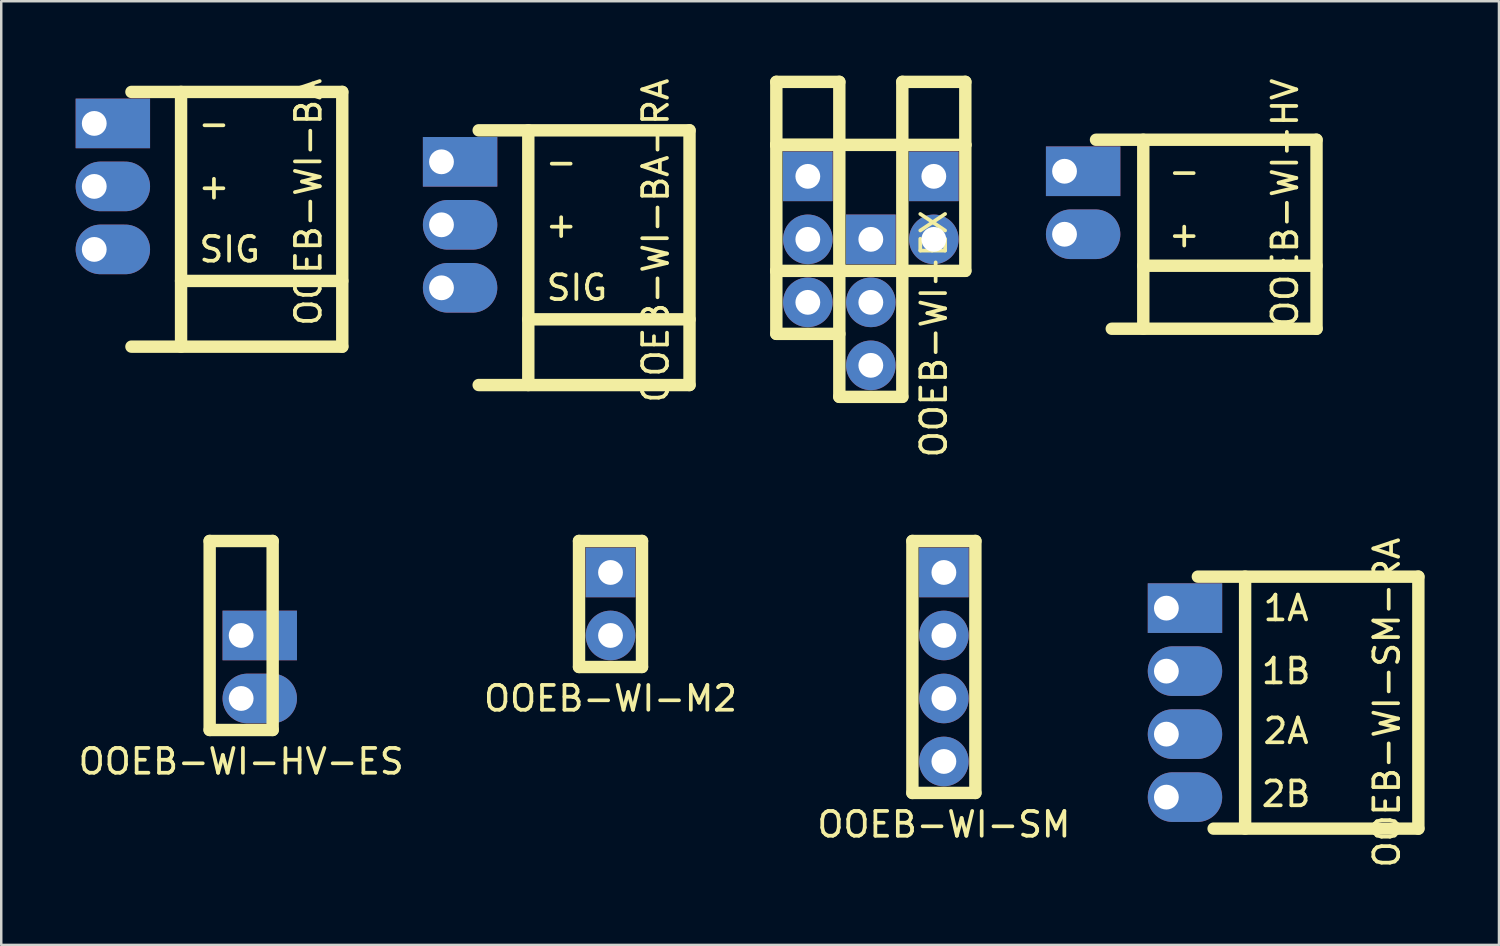
<source format=kicad_pcb>
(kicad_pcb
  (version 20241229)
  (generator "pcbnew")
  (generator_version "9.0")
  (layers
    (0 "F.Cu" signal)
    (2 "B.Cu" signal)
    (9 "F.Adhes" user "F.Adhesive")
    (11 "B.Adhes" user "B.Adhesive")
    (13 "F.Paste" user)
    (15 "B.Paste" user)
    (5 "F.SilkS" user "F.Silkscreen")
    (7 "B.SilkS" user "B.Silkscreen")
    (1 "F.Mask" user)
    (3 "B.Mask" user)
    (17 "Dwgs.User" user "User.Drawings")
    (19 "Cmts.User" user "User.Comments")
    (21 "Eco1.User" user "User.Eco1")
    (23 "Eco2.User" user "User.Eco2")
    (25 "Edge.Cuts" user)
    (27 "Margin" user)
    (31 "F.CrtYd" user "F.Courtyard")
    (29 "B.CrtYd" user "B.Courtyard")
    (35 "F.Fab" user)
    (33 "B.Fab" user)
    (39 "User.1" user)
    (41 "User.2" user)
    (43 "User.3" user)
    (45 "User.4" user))
  (footprint "OOEB-WI-EX"
    (layer "F.Cu")
    (at 29.52 4.06)
    (property "Reference" "OOEB-WI-EX" (at 5.08 6.35 90) (layer "F.SilkS") (effects (font (size 1 1) (thickness 0.15))))
    (attr through_hole)
    (fp_line (start -1.27 -3.81) (end -1.27 -1.27) (stroke (width 0.5) (type solid)) (layer "F.SilkS"))
    (fp_line (start -1.27 -3.81) (end 1.27 -3.81) (stroke (width 0.5) (type solid)) (layer "F.SilkS"))
    (fp_line (start -1.27 -1.27) (end -1.27 3.81) (stroke (width 0.5) (type solid)) (layer "F.SilkS"))
    (fp_line (start -1.27 -1.27) (end 1.27 -1.27) (stroke (width 0.5) (type solid)) (layer "F.SilkS"))
    (fp_line (start -1.27 -1.27) (end 6.35 -1.27) (stroke (width 0.5) (type solid)) (layer "F.SilkS"))
    (fp_line (start -1.27 3.81) (end -1.27 6.35) (stroke (width 0.5) (type solid)) (layer "F.SilkS"))
    (fp_line (start -1.27 6.35) (end 1.27 6.35) (stroke (width 0.5) (type solid)) (layer "F.SilkS"))
    (fp_line (start 1.27 -3.81) (end 1.27 -1.27) (stroke (width 0.5) (type solid)) (layer "F.SilkS"))
    (fp_line (start 1.27 -1.27) (end 1.27 8.89) (stroke (width 0.5) (type solid)) (layer "F.SilkS"))
    (fp_line (start 1.27 8.89) (end 3.81 8.89) (stroke (width 0.5) (type solid)) (layer "F.SilkS"))
    (fp_line (start 3.81 -3.81) (end 6.35 -3.81) (stroke (width 0.5) (type solid)) (layer "F.SilkS"))
    (fp_line (start 3.81 -1.27) (end 3.81 -3.81) (stroke (width 0.5) (type solid)) (layer "F.SilkS"))
    (fp_line (start 3.81 8.89) (end 3.81 -1.27) (stroke (width 0.5) (type solid)) (layer "F.SilkS"))
    (fp_line (start 6.35 -3.81) (end 6.35 -1.27) (stroke (width 0.5) (type solid)) (layer "F.SilkS"))
    (fp_line (start 6.35 -1.27) (end 6.35 3.81) (stroke (width 0.5) (type solid)) (layer "F.SilkS"))
    (fp_line (start 6.35 3.81) (end -1.27 3.81) (stroke (width 0.5) (type solid)) (layer "F.SilkS"))
    (pad "1" thru_hole rect (at 0 0) (size 2 2) (drill 1) (layers "*.Cu" "*.Mask"))
    (pad "2" thru_hole oval (at 0 2.54) (size 2 2) (drill 1) (layers "*.Cu" "*.Mask"))
    (pad "3" thru_hole oval (at 0 5.08) (size 2 2) (drill 1) (layers "*.Cu" "*.Mask"))
    (pad "4" thru_hole rect (at 2.54 2.54) (size 2 2) (drill 1) (layers "*.Cu" "*.Mask"))
    (pad "5" thru_hole oval (at 2.54 5.08) (size 2 2) (drill 1) (layers "*.Cu" "*.Mask"))
    (pad "6" thru_hole oval (at 2.54 7.62) (size 2 2) (drill 1) (layers "*.Cu" "*.Mask"))
    (pad "7" thru_hole rect (at 5.08 0) (size 2 2) (drill 1) (layers "*.Cu" "*.Mask"))
    (pad "8" thru_hole oval (at 5.08 2.54) (size 2 2) (drill 1) (layers "*.Cu" "*.Mask")))
  (footprint "OOEB-WI-BA"
    (layer "F.Cu")
    (at 0.75 1.926)
    (property "Reference" "OOEB-WI-BA" (at 8.636 3.175 90) (layer "F.SilkS") (effects (font (size 1 1) (thickness 0.15))))
    (attr through_hole)
    (fp_line (start 1.5 -1.27) (end 10 -1.27) (stroke (width 0.5) (type solid)) (layer "F.SilkS"))
    (fp_line (start 1.5 9) (end 10 9) (stroke (width 0.5) (type solid)) (layer "F.SilkS"))
    (fp_line (start 3.5 -1.27) (end 3.5 9) (stroke (width 0.5) (type solid)) (layer "F.SilkS"))
    (fp_line (start 3.5 6.35) (end 10 6.35) (stroke (width 0.5) (type solid)) (layer "F.SilkS"))
    (fp_line (start 10 -1.27) (end 10 9) (stroke (width 0.5) (type solid)) (layer "F.SilkS"))
    (fp_text user "SIG" (at 5.461 5.08 0) (layer "F.SilkS") (effects (font (size 1 1) (thickness 0.15))))
    (fp_text user "-" (at 4.826 0 0) (layer "F.SilkS") (effects (font (size 1 1) (thickness 0.15))))
    (fp_text user "+" (at 4.826 2.54 0) (layer "F.SilkS") (effects (font (size 1 1) (thickness 0.15))))
    (pad "1" thru_hole rect (at 0 0) (size 3 2) (drill 1 (offset 0.75 0)) (layers "*.Cu" "*.Mask"))
    (pad "2" thru_hole oval (at 0 2.54) (size 3 2) (drill 1 (offset 0.75 0)) (layers "*.Cu" "*.Mask"))
    (pad "3" thru_hole oval (at 0 5.08) (size 3 2) (drill 1 (offset 0.75 0)) (layers "*.Cu" "*.Mask")))
  (footprint "OOEB-WI-M2"
    (layer "F.Cu")
    (at 21.565 20.031)
    (property "Reference" "OOEB-WI-M2" (at 0 5.08 180) (layer "F.SilkS") (effects (font (size 1 1) (thickness 0.15))))
    (attr through_hole)
    (fp_line (start -1.27 -1.27) (end 1.27 -1.27) (stroke (width 0.5) (type solid)) (layer "F.SilkS"))
    (fp_line (start -1.27 3.81) (end -1.27 -1.27) (stroke (width 0.5) (type solid)) (layer "F.SilkS"))
    (fp_line (start 1.27 -1.27) (end 1.27 3.81) (stroke (width 0.5) (type solid)) (layer "F.SilkS"))
    (fp_line (start 1.27 3.81) (end -1.27 3.81) (stroke (width 0.5) (type solid)) (layer "F.SilkS"))
    (pad "1" thru_hole rect (at 0 0) (size 2 2) (drill 1) (layers "*.Cu" "*.Mask"))
    (pad "2" thru_hole oval (at 0 2.54) (size 2 2) (drill 1) (layers "*.Cu" "*.Mask")))
  (footprint "OOEB-WI-HV-ES"
    (layer "F.Cu")
    (at 6.673 22.571)
    (property "Reference" "OOEB-WI-HV-ES" (at 0 5.08 180) (layer "F.SilkS") (effects (font (size 1 1) (thickness 0.15))))
    (attr through_hole)
    (fp_line (start -1.27 -3.81) (end 1.27 -3.81) (stroke (width 0.5) (type solid)) (layer "F.SilkS"))
    (fp_line (start -1.27 3.81) (end -1.27 -3.81) (stroke (width 0.5) (type solid)) (layer "F.SilkS"))
    (fp_line (start 1.27 -3.81) (end 1.27 3.81) (stroke (width 0.5) (type solid)) (layer "F.SilkS"))
    (fp_line (start 1.27 3.81) (end -1.27 3.81) (stroke (width 0.5) (type solid)) (layer "F.SilkS"))
    (pad "1" thru_hole rect (at 0 0) (size 3 2) (drill 1 (offset 0.75 0)) (layers "*.Cu" "*.Mask"))
    (pad "2" thru_hole oval (at 0 2.54) (size 3 2) (drill 1 (offset 0.75 0)) (layers "*.Cu" "*.Mask")))
  (footprint "OOEB-WI-BA-RA"
    (layer "F.Cu")
    (at 14.75 3.474)
    (property "Reference" "OOEB-WI-BA-RA" (at 8.636 3.175 90) (layer "F.SilkS") (effects (font (size 1 1) (thickness 0.15))))
    (attr through_hole)
    (fp_line (start 1.5 -1.27) (end 10 -1.27) (stroke (width 0.5) (type solid)) (layer "F.SilkS"))
    (fp_line (start 1.5 9) (end 10 9) (stroke (width 0.5) (type solid)) (layer "F.SilkS"))
    (fp_line (start 3.5 -1.27) (end 3.5 9) (stroke (width 0.5) (type solid)) (layer "F.SilkS"))
    (fp_line (start 3.5 6.35) (end 10 6.35) (stroke (width 0.5) (type solid)) (layer "F.SilkS"))
    (fp_line (start 10 -1.27) (end 10 9) (stroke (width 0.5) (type solid)) (layer "F.SilkS"))
    (fp_text user "SIG" (at 5.461 5.08 0) (layer "F.SilkS") (effects (font (size 1 1) (thickness 0.15))))
    (fp_text user "+" (at 4.826 2.54 0) (layer "F.SilkS") (effects (font (size 1 1) (thickness 0.15))))
    (fp_text user "-" (at 4.826 0 0) (layer "F.SilkS") (effects (font (size 1 1) (thickness 0.15))))
    (pad "1" thru_hole rect (at 0 0) (size 3 2) (drill 1 (offset 0.75 0)) (layers "*.Cu" "*.Mask"))
    (pad "2" thru_hole oval (at 0 2.54) (size 3 2) (drill 1 (offset 0.75 0)) (layers "*.Cu" "*.Mask"))
    (pad "3" thru_hole oval (at 0 5.08) (size 3 2) (drill 1 (offset 0.75 0)) (layers "*.Cu" "*.Mask")))
  (footprint "OOEB-WI-SM"
    (layer "F.Cu")
    (at 35.006 20.031)
    (property "Reference" "OOEB-WI-SM" (at 0 10.16 180) (layer "F.SilkS") (effects (font (size 1 1) (thickness 0.15))))
    (attr through_hole)
    (fp_line (start -1.27 -1.27) (end 1.27 -1.27) (stroke (width 0.5) (type solid)) (layer "F.SilkS"))
    (fp_line (start -1.27 8.89) (end -1.27 -1.27) (stroke (width 0.5) (type solid)) (layer "F.SilkS"))
    (fp_line (start 1.27 -1.27) (end 1.27 8.89) (stroke (width 0.5) (type solid)) (layer "F.SilkS"))
    (fp_line (start 1.27 8.89) (end -1.27 8.89) (stroke (width 0.5) (type solid)) (layer "F.SilkS"))
    (pad "1" thru_hole rect (at 0 0) (size 2 2) (drill 1) (layers "*.Cu" "*.Mask"))
    (pad "2" thru_hole oval (at 0 2.54) (size 2 2) (drill 1) (layers "*.Cu" "*.Mask"))
    (pad "3" thru_hole oval (at 0 5.08) (size 2 2) (drill 1) (layers "*.Cu" "*.Mask"))
    (pad "4" thru_hole oval (at 0 7.62) (size 2 2) (drill 1) (layers "*.Cu" "*.Mask")))
  (footprint "OOEB-WI-SM-RA"
    (layer "F.Cu")
    (at 43.976 21.469)
    (property "Reference" "OOEB-WI-SM-RA" (at 8.89 3.81 90) (layer "F.SilkS") (effects (font (size 1 1) (thickness 0.15))))
    (attr through_hole)
    (fp_line (start 1.27 -1.27) (end 10.16 -1.27) (stroke (width 0.5) (type solid)) (layer "F.SilkS"))
    (fp_line (start 3.175 -1.27) (end 3.175 8.89) (stroke (width 0.5) (type solid)) (layer "F.SilkS"))
    (fp_line (start 10.16 -1.27) (end 10.16 8.89) (stroke (width 0.5) (type solid)) (layer "F.SilkS"))
    (fp_line (start 10.16 8.89) (end 1.905 8.89) (stroke (width 0.5) (type solid)) (layer "F.SilkS"))
    (fp_text user "1B" (at 4.826 2.54 0) (layer "F.SilkS") (effects (font (size 1 1) (thickness 0.15))))
    (fp_text user "2A" (at 4.826 4.953 0) (layer "F.SilkS") (effects (font (size 1 1) (thickness 0.15))))
    (fp_text user "1A" (at 4.826 0 0) (layer "F.SilkS") (effects (font (size 1 1) (thickness 0.15))))
    (fp_text user "2B" (at 4.826 7.493 0) (layer "F.SilkS") (effects (font (size 1 1) (thickness 0.15))))
    (pad "1" thru_hole rect (at 0 0) (size 3 2) (drill 1 (offset 0.75 0)) (layers "*.Cu" "*.Mask"))
    (pad "2" thru_hole oval (at 0 2.54) (size 3 2) (drill 1 (offset 0.75 0)) (layers "*.Cu" "*.Mask"))
    (pad "3" thru_hole oval (at 0 5.08) (size 3 2) (drill 1 (offset 0.75 0)) (layers "*.Cu" "*.Mask"))
    (pad "4" thru_hole oval (at 0 7.62) (size 3 2) (drill 1 (offset 0.75 0)) (layers "*.Cu" "*.Mask")))
  (footprint "OOEB-WI-HV"
    (layer "F.Cu")
    (at 39.87 3.855)
    (property "Reference" "OOEB-WI-HV" (at 8.89 1.27 90) (layer "F.SilkS") (effects (font (size 1 1) (thickness 0.15))))
    (attr through_hole)
    (fp_line (start 1.27 -1.27) (end 10.16 -1.27) (stroke (width 0.5) (type solid)) (layer "F.SilkS"))
    (fp_line (start 3.175 -1.27) (end 3.175 6.35) (stroke (width 0.5) (type solid)) (layer "F.SilkS"))
    (fp_line (start 3.175 3.81) (end 10.16 3.81) (stroke (width 0.5) (type solid)) (layer "F.SilkS"))
    (fp_line (start 10.16 6.35) (end 1.905 6.35) (stroke (width 0.5) (type solid)) (layer "F.SilkS"))
    (fp_line (start 10.16 6.35) (end 10.16 -1.27) (stroke (width 0.5) (type solid)) (layer "F.SilkS"))
    (fp_text user "+" (at 4.826 2.54 0) (layer "F.SilkS") (effects (font (size 1 1) (thickness 0.15))))
    (fp_text user "-" (at 4.826 0 0) (layer "F.SilkS") (effects (font (size 1 1) (thickness 0.15))))
    (pad "1" thru_hole rect (at 0 0) (size 3 2) (drill 1 (offset 0.75 0)) (layers "*.Cu" "*.Mask"))
    (pad "2" thru_hole oval (at 0 2.54) (size 3 2) (drill 1 (offset 0.75 0)) (layers "*.Cu" "*.Mask")))
  (gr_rect
    (start -3 -3)
    (end 57.386 35.047)
    (stroke (width 0.1) (type default))
    (fill no)
    (layer "Edge.Cuts")))
</source>
